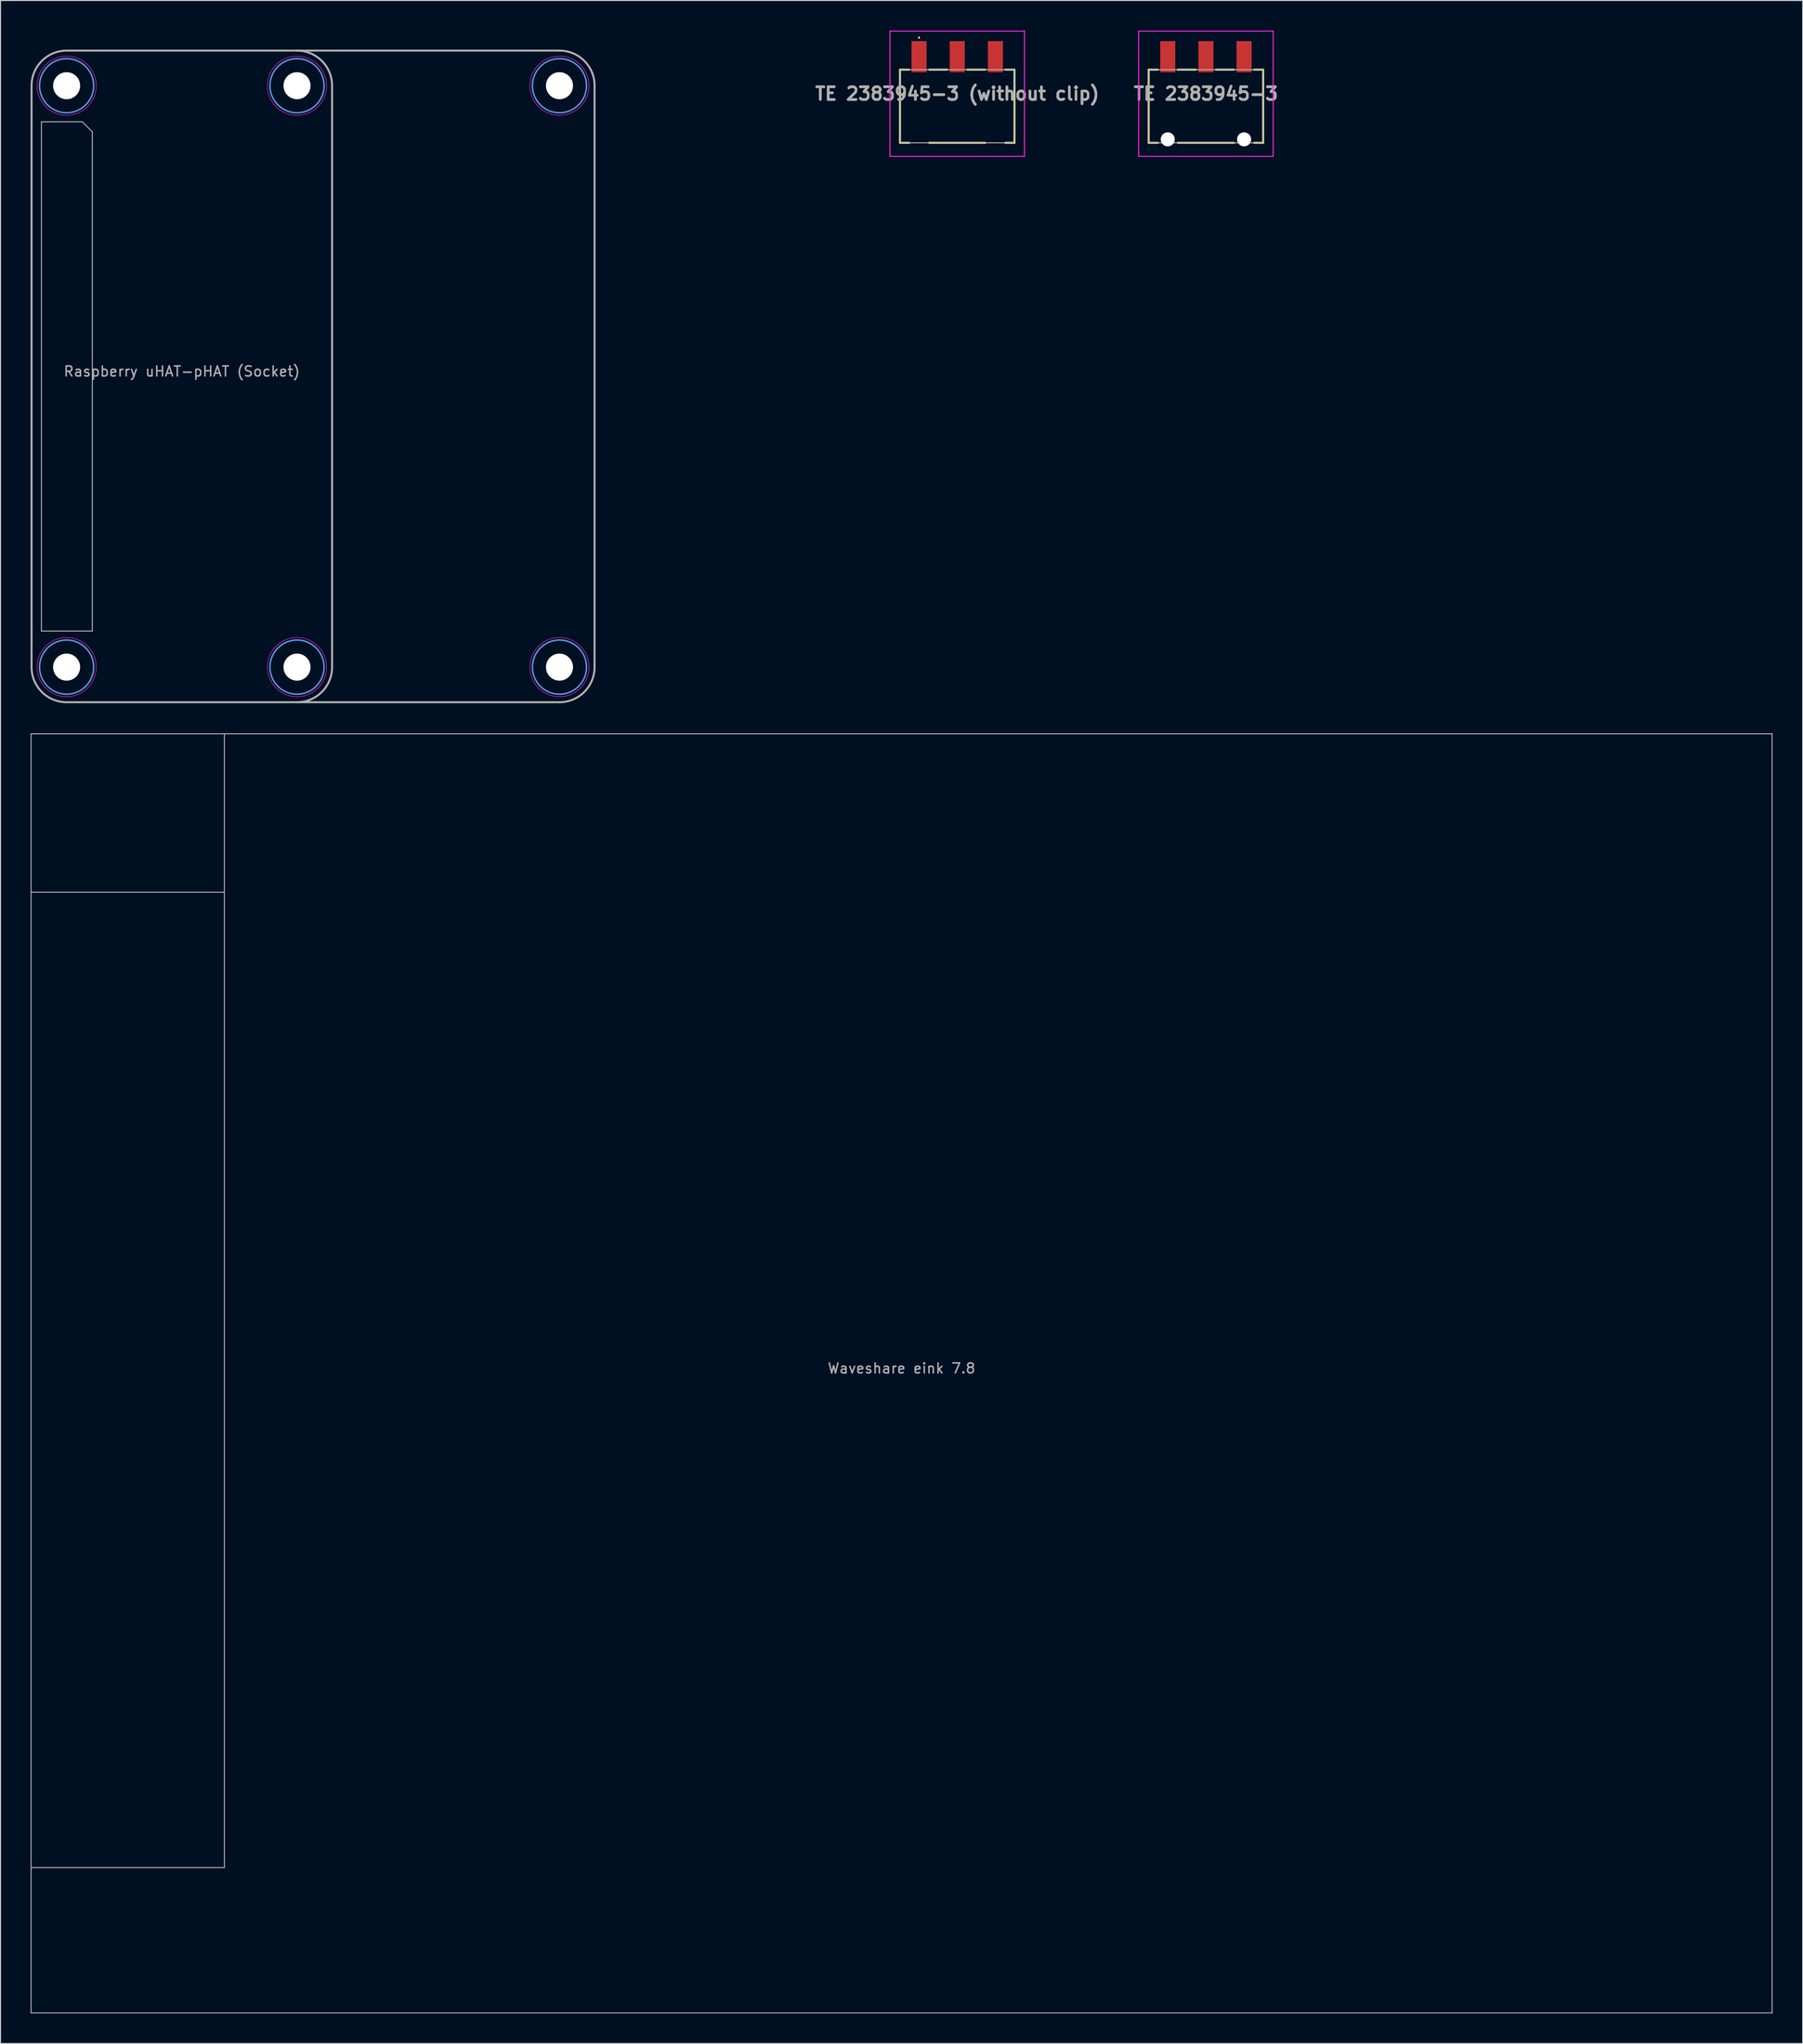
<source format=kicad_pcb>
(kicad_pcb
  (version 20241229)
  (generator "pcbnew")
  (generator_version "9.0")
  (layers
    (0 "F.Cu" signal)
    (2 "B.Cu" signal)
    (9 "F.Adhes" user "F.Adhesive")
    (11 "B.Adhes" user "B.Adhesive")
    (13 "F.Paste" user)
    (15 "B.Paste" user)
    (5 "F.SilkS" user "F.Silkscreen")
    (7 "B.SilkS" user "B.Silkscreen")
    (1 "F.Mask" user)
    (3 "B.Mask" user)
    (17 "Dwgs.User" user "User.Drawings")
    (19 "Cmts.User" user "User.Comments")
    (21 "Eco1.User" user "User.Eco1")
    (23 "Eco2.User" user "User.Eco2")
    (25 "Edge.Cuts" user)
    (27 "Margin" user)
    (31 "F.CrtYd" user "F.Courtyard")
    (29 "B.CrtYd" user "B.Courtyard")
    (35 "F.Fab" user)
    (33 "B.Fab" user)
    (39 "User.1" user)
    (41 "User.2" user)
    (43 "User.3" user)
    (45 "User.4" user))
  (footprint "TE 2383945-3"
    (layer "F.Cu")
    (at 117.331 7.55)
    (property "Reference" "TE 2383945-3" (at 0 -1.25 0) (layer "F.SilkS") (effects (font (size 1.27 1.27) (thickness 0.254))))
    (attr through_hole)
    (fp_line (start -5.715 -3.65) (end -5.715 3.65) (stroke (width 0.2) (type solid)) (layer "F.SilkS"))
    (fp_line (start -5.715 3.65) (end -4.8 3.65) (stroke (width 0.2) (type solid)) (layer "F.SilkS"))
    (fp_line (start -4.8 -3.65) (end -5.715 -3.65) (stroke (width 0.2) (type solid)) (layer "F.SilkS"))
    (fp_line (start -2.8 3.65) (end 2.8 3.65) (stroke (width 0.2) (type solid)) (layer "F.SilkS"))
    (fp_line (start -1 -3.65) (end -2.8 -3.65) (stroke (width 0.2) (type solid)) (layer "F.SilkS"))
    (fp_line (start 2.8 -3.65) (end 1 -3.65) (stroke (width 0.2) (type solid)) (layer "F.SilkS"))
    (fp_line (start 4.8 3.65) (end 5.715 3.65) (stroke (width 0.2) (type solid)) (layer "F.SilkS"))
    (fp_line (start 5.715 -3.65) (end 4.8 -3.65) (stroke (width 0.2) (type solid)) (layer "F.SilkS"))
    (fp_line (start 5.715 3.65) (end 5.715 -3.65) (stroke (width 0.2) (type solid)) (layer "F.SilkS"))
    (fp_line (start -6.715 -7.5) (end 6.715 -7.5) (stroke (width 0.1) (type solid)) (layer "F.CrtYd"))
    (fp_line (start -6.715 5) (end -6.715 -7.5) (stroke (width 0.1) (type solid)) (layer "F.CrtYd"))
    (fp_line (start 6.715 -7.5) (end 6.715 5) (stroke (width 0.1) (type solid)) (layer "F.CrtYd"))
    (fp_line (start 6.715 5) (end -6.715 5) (stroke (width 0.1) (type solid)) (layer "F.CrtYd"))
    (fp_line (start -5.715 -3.65) (end 5.715 -3.65) (stroke (width 0.1) (type solid)) (layer "F.Fab"))
    (fp_line (start -5.715 3.65) (end -5.715 -3.65) (stroke (width 0.1) (type solid)) (layer "F.Fab"))
    (fp_line (start 5.715 -3.65) (end 5.715 3.65) (stroke (width 0.1) (type solid)) (layer "F.Fab"))
    (fp_line (start 5.715 3.65) (end -5.715 3.65) (stroke (width 0.1) (type solid)) (layer "F.Fab"))
    (fp_text user "${REFERENCE}" (at 0 -1.25 0) (layer "F.Fab") (effects (font (size 1.27 1.27) (thickness 0.254))))
    (pad "" np_thru_hole circle (at -3.81 3.3) (size 1.4 1.4) (drill 1.4) (layers "*.Cu" "*.Mask"))
    (pad "" np_thru_hole circle (at 3.81 3.3) (size 1.4 1.4) (drill 1.4) (layers "*.Cu" "*.Mask"))
    (pad "1" smd rect (at -3.81 -4.95) (size 1.5 3.1) (layers "F.Cu" "F.Mask" "F.Paste"))
    (pad "2" smd rect (at 0 -4.95) (size 1.5 3.1) (layers "F.Cu" "F.Mask" "F.Paste"))
    (pad "3" smd rect (at 3.81 -4.95) (size 1.5 3.1) (layers "F.Cu" "F.Mask" "F.Paste")))
  (footprint "Waveshare eink 7.8"
    (layer "F.Cu")
    (at 86.95 133.95)
    (property "Reference" "Waveshare eink 7.8" (at 0 -0.5 0) (unlocked yes) (layer "F.Fab") (effects (font (size 1 1) (thickness 0.15))))
    (fp_line (start -86.9 -63.8) (end 86.9 -63.8) (stroke (width 0.1) (type solid)) (layer "F.Fab"))
    (fp_line (start -86.9 63.8) (end -86.9 -63.8) (stroke (width 0.1) (type solid)) (layer "F.Fab"))
    (fp_line (start -67.6 -63.8) (end -67.6 49.3) (stroke (width 0.1) (type solid)) (layer "F.Fab"))
    (fp_line (start -67.6 -48) (end -86.9 -48) (stroke (width 0.1) (type solid)) (layer "F.Fab"))
    (fp_line (start -67.6 49.3) (end -86.9 49.3) (stroke (width 0.1) (type solid)) (layer "F.Fab"))
    (fp_line (start 86.9 63.8) (end -86.9 63.8) (stroke (width 0.1) (type solid)) (layer "F.Fab"))
    (fp_line (start 86.9 63.8) (end 86.9 -63.8) (stroke (width 0.1) (type solid)) (layer "F.Fab"))
    (zone (net_name "") (layers "F.Cu" "B.Cu") (hatch edge 0.508) (connect_pads) (min_thickness 0.254) (filled_areas_thickness no) (keepout (tracks allowed) (vias allowed) (pads allowed) (copperpour allowed) (footprints not_allowed)) (placement (enabled no)) (fill) (polygon (pts (xy 19.35 85.95) (xy 0.05 85.95) (xy 0.05 70.15) (xy 19.35 70.15)))))
  (footprint "TE 2383945-3 (without clip)"
    (layer "F.Cu")
    (at 92.505 7.55)
    (property "Reference" "TE 2383945-3 (without clip)" (at 0 -1.25 0) (layer "F.SilkS") (effects (font (size 1.27 1.27) (thickness 0.254))))
    (attr through_hole)
    (fp_line (start -5.715 -3.65) (end -5.715 3.65) (stroke (width 0.2) (type solid)) (layer "F.SilkS"))
    (fp_line (start -5.715 3.65) (end -4.8 3.65) (stroke (width 0.2) (type solid)) (layer "F.SilkS"))
    (fp_line (start -4.8 -3.65) (end -5.715 -3.65) (stroke (width 0.2) (type solid)) (layer "F.SilkS"))
    (fp_line (start -3.81 -6.9) (end -3.81 -6.9) (stroke (width 0.1) (type solid)) (layer "F.SilkS"))
    (fp_line (start -3.81 -6.8) (end -3.81 -6.8) (stroke (width 0.1) (type solid)) (layer "F.SilkS"))
    (fp_line (start -2.8 3.65) (end 2.8 3.65) (stroke (width 0.2) (type solid)) (layer "F.SilkS"))
    (fp_line (start -1 -3.65) (end -2.8 -3.65) (stroke (width 0.2) (type solid)) (layer "F.SilkS"))
    (fp_line (start 2.8 -3.65) (end 1 -3.65) (stroke (width 0.2) (type solid)) (layer "F.SilkS"))
    (fp_line (start 4.8 3.65) (end 5.715 3.65) (stroke (width 0.2) (type solid)) (layer "F.SilkS"))
    (fp_line (start 5.715 -3.65) (end 4.8 -3.65) (stroke (width 0.2) (type solid)) (layer "F.SilkS"))
    (fp_line (start 5.715 3.65) (end 5.715 -3.65) (stroke (width 0.2) (type solid)) (layer "F.SilkS"))
    (fp_arc (start -3.81 -6.9) (mid -3.76 -6.85) (end -3.81 -6.8) (stroke (width 0.1) (type solid)) (layer "F.SilkS"))
    (fp_arc (start -3.81 -6.8) (mid -3.86 -6.85) (end -3.81 -6.9) (stroke (width 0.1) (type solid)) (layer "F.SilkS"))
    (fp_line (start -6.715 -7.5) (end 6.715 -7.5) (stroke (width 0.1) (type solid)) (layer "F.CrtYd"))
    (fp_line (start -6.715 5) (end -6.715 -7.5) (stroke (width 0.1) (type solid)) (layer "F.CrtYd"))
    (fp_line (start 6.715 -7.5) (end 6.715 5) (stroke (width 0.1) (type solid)) (layer "F.CrtYd"))
    (fp_line (start 6.715 5) (end -6.715 5) (stroke (width 0.1) (type solid)) (layer "F.CrtYd"))
    (fp_line (start -5.715 -3.65) (end 5.715 -3.65) (stroke (width 0.1) (type solid)) (layer "F.Fab"))
    (fp_line (start -5.715 3.65) (end -5.715 -3.65) (stroke (width 0.1) (type solid)) (layer "F.Fab"))
    (fp_line (start 5.715 -3.65) (end 5.715 3.65) (stroke (width 0.1) (type solid)) (layer "F.Fab"))
    (fp_line (start 5.715 3.65) (end -5.715 3.65) (stroke (width 0.1) (type solid)) (layer "F.Fab"))
    (fp_text user "${REFERENCE}" (at 0 -1.25 0) (layer "F.Fab") (effects (font (size 1.27 1.27) (thickness 0.254))))
    (pad "1" smd rect (at -3.81 -4.95) (size 1.5 3.1) (layers "F.Cu" "F.Mask" "F.Paste"))
    (pad "2" smd rect (at 0 -4.95) (size 1.5 3.1) (layers "F.Cu" "F.Mask" "F.Paste"))
    (pad "3" smd rect (at 3.81 -4.95) (size 1.5 3.1) (layers "F.Cu" "F.Mask" "F.Paste")))
  (footprint "Raspberry uHAT-pHAT (Socket)"
    (layer "F.Cu")
    (at 15.1 34.5)
    (property "Reference" "Raspberry uHAT-pHAT (Socket)" (at 0 -0.5 0) (unlocked yes) (layer "F.Fab") (effects (font (size 1 1) (thickness 0.15))))
    (attr smd)
    (fp_circle (center -11.5 -29) (end -8.8 -29) (stroke (width 0.15) (type solid)) (fill no) (layer "Cmts.User"))
    (fp_circle (center -11.5 29) (end -8.8 29) (stroke (width 0.15) (type solid)) (fill no) (layer "Cmts.User"))
    (fp_circle (center 11.5 -29) (end 14.2 -29) (stroke (width 0.15) (type solid)) (fill no) (layer "Cmts.User"))
    (fp_circle (center 11.5 29) (end 14.2 29) (stroke (width 0.15) (type solid)) (fill no) (layer "Cmts.User"))
    (fp_circle (center 37.7 -29) (end 37.7 -26.3) (stroke (width 0.15) (type solid)) (fill no) (layer "Cmts.User"))
    (fp_circle (center 37.7 29) (end 37.7 31.7) (stroke (width 0.15) (type solid)) (fill no) (layer "Cmts.User"))
    (fp_circle (center -11.5 -29) (end -8.55 -29) (stroke (width 0.05) (type solid)) (fill no) (layer "F.CrtYd"))
    (fp_circle (center -11.5 29) (end -8.55 29) (stroke (width 0.05) (type solid)) (fill no) (layer "F.CrtYd"))
    (fp_circle (center 11.5 -29) (end 14.45 -29) (stroke (width 0.05) (type solid)) (fill no) (layer "F.CrtYd"))
    (fp_circle (center 11.5 29) (end 14.45 29) (stroke (width 0.05) (type solid)) (fill no) (layer "F.CrtYd"))
    (fp_circle (center 37.7 -29) (end 37.7 -26.05) (stroke (width 0.05) (type solid)) (fill no) (layer "F.CrtYd"))
    (fp_circle (center 37.7 29) (end 37.7 31.95) (stroke (width 0.05) (type solid)) (fill no) (layer "F.CrtYd"))
    (fp_line (start -15 29) (end -15 -29) (stroke (width 0.2) (type solid)) (layer "F.Fab"))
    (fp_line (start -14.015 -25.4) (end -9.935 -25.4) (stroke (width 0.1) (type solid)) (layer "F.Fab"))
    (fp_line (start -14.015 25.4) (end -14.015 -25.4) (stroke (width 0.1) (type solid)) (layer "F.Fab"))
    (fp_line (start -11.5 -32.5) (end 11.5 -32.5) (stroke (width 0.2) (type solid)) (layer "F.Fab"))
    (fp_line (start -11.5 32.5) (end 11.5 32.5) (stroke (width 0.2) (type solid)) (layer "F.Fab"))
    (fp_line (start -9.935 -25.4) (end -8.935 -24.4) (stroke (width 0.1) (type solid)) (layer "F.Fab"))
    (fp_line (start -8.935 -24.4) (end -8.935 25.4) (stroke (width 0.1) (type solid)) (layer "F.Fab"))
    (fp_line (start -8.935 25.4) (end -14.015 25.4) (stroke (width 0.1) (type solid)) (layer "F.Fab"))
    (fp_line (start 11.5 -32.5) (end 37.7 -32.5) (stroke (width 0.2) (type solid)) (layer "F.Fab"))
    (fp_line (start 11.5 32.5) (end 37.7 32.5) (stroke (width 0.2) (type solid)) (layer "F.Fab"))
    (fp_line (start 15 29) (end 15 -29) (stroke (width 0.2) (type solid)) (layer "F.Fab"))
    (fp_line (start 41.2 29) (end 41.2 -29) (stroke (width 0.2) (type solid)) (layer "F.Fab"))
    (fp_arc (start -15 -29) (mid -13.974873 -31.474873) (end -11.5 -32.5) (stroke (width 0.2) (type solid)) (layer "F.Fab"))
    (fp_arc (start -11.5 32.5) (mid -13.974873 31.474873) (end -15 29) (stroke (width 0.2) (type solid)) (layer "F.Fab"))
    (fp_arc (start 11.5 -32.5) (mid 13.974873 -31.474873) (end 15 -29) (stroke (width 0.2) (type solid)) (layer "F.Fab"))
    (fp_arc (start 15 29) (mid 13.974873 31.474873) (end 11.5 32.5) (stroke (width 0.2) (type solid)) (layer "F.Fab"))
    (fp_arc (start 37.705 -32.5) (mid 40.179873 -31.474873) (end 41.205 -29) (stroke (width 0.2) (type solid)) (layer "F.Fab"))
    (fp_arc (start 41.2 29) (mid 40.174873 31.474873) (end 37.7 32.5) (stroke (width 0.2) (type solid)) (layer "F.Fab"))
    (pad "" np_thru_hole circle (at -11.5 -29 90) (size 2.7 2.7) (drill 2.7) (layers "*.Cu" "*.Mask"))
    (pad "" np_thru_hole circle (at -11.5 29 90) (size 2.7 2.7) (drill 2.7) (layers "*.Cu" "*.Mask"))
    (pad "" np_thru_hole circle (at 11.5 -29 270) (size 2.7 2.7) (drill 2.7) (layers "*.Cu" "*.Mask"))
    (pad "" np_thru_hole circle (at 11.5 29 270) (size 2.7 2.7) (drill 2.7) (layers "*.Cu" "*.Mask"))
    (pad "" np_thru_hole circle (at 37.7 -29 270) (size 2.7 2.7) (drill 2.7) (layers "*.Cu" "*.Mask"))
    (pad "" np_thru_hole circle (at 37.7 29 270) (size 2.7 2.7) (drill 2.7) (layers "*.Cu" "*.Mask"))
    (zone (net_name "") (layer "F.Cu") (hatch edge 0.508) (connect_pads) (min_thickness 0.254) (filled_areas_thickness no) (keepout (tracks allowed) (vias allowed) (pads allowed) (copperpour allowed) (footprints not_allowed)) (placement (enabled no)) (fill) (polygon (pts (xy 19.1 2) (xy 8.1 2) (xy 8.1 0) (xy 19.1 0))))
    (zone (net_name "") (layer "F.Cu") (hatch edge 0.508) (connect_pads) (min_thickness 0.254) (filled_areas_thickness no) (keepout (tracks allowed) (vias allowed) (pads allowed) (copperpour allowed) (footprints not_allowed)) (placement (enabled no)) (fill) (polygon (pts (xy 75.1 62) (xy 30.1 62) (xy 30.1 52) (xy 75.1 52)))))
  (gr_rect
    (start -3 -3)
    (end 176.9 200.8)
    (stroke (width 0.1) (type default))
    (fill no)
    (layer "Edge.Cuts")))
</source>
